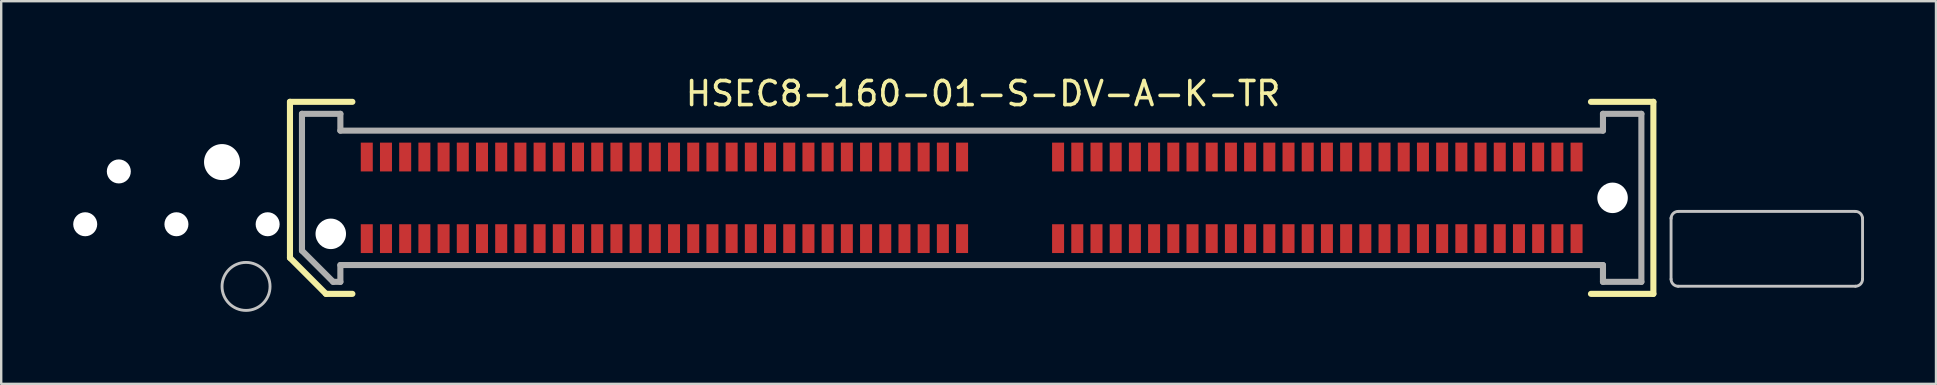
<source format=kicad_pcb>
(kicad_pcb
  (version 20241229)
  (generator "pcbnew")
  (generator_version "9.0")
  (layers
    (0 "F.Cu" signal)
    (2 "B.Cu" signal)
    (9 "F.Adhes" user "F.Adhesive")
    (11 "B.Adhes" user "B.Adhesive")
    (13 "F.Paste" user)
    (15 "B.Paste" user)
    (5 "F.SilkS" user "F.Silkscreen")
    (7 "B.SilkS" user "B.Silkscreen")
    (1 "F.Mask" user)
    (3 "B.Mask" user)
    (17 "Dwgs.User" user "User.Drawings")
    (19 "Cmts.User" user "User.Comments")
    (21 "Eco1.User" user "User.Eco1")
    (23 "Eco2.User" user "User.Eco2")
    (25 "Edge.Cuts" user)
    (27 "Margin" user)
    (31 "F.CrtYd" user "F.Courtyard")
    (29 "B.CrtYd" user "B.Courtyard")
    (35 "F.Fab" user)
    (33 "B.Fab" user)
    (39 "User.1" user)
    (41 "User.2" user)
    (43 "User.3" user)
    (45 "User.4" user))
  (footprint "HSEC8-160-01-S-DV-A-K-TR"
    (layer "F.Cu")
    (at 37.43 5.192)
    (property "Reference" "HSEC8-160-01-S-DV-A-K-TR" (at 0.476 -4.342 0) (layer "F.SilkS") (effects (font (size 1.002 1.002) (thickness 0.15))))
    (attr through_hole)
    (fp_line (start -28.4 -4) (end -25.8 -4) (stroke (width 0.254) (type solid)) (layer "F.SilkS"))
    (fp_line (start -28.4 2.5) (end -28.4 -4) (stroke (width 0.254) (type solid)) (layer "F.SilkS"))
    (fp_line (start -26.9 4) (end -28.4 2.5) (stroke (width 0.254) (type solid)) (layer "F.SilkS"))
    (fp_line (start -25.8 4) (end -26.9 4) (stroke (width 0.254) (type solid)) (layer "F.SilkS"))
    (fp_line (start 25.8 -4) (end 28.4 -4) (stroke (width 0.254) (type solid)) (layer "F.SilkS"))
    (fp_line (start 28.4 -4) (end 28.4 4) (stroke (width 0.254) (type solid)) (layer "F.SilkS"))
    (fp_line (start 28.4 4) (end 25.8 4) (stroke (width 0.254) (type solid)) (layer "F.SilkS"))
    (fp_line (start 29.137 3.387) (end 29.137 0.833) (stroke (width 0.12) (type solid)) (layer "Dwgs.User"))
    (fp_line (start 29.435 0.565) (end 36.815 0.565) (stroke (width 0.12) (type solid)) (layer "Dwgs.User"))
    (fp_line (start 36.817 3.683) (end 29.433 3.683) (stroke (width 0.12) (type solid)) (layer "Dwgs.User"))
    (fp_line (start 37.114 3.386) (end 37.114 0.832) (stroke (width 0.12) (type solid)) (layer "Dwgs.User"))
    (fp_arc (start 29.138001 0.861999) (mid 29.224991 0.651989) (end 29.435001 0.565001) (stroke (width 0.12) (type solid)) (layer "Dwgs.User"))
    (fp_arc (start 29.433998 3.684) (mid 29.223988 3.59701) (end 29.137 3.387) (stroke (width 0.12) (type solid)) (layer "Dwgs.User"))
    (fp_arc (start 36.815 0.565) (mid 37.02501 0.65199) (end 37.111998 0.862) (stroke (width 0.12) (type solid)) (layer "Dwgs.User"))
    (fp_arc (start 37.114 3.386002) (mid 37.02701 3.596012) (end 36.817 3.683) (stroke (width 0.12) (type solid)) (layer "Dwgs.User"))
    (fp_circle (center -30.23 3.69) (end -29.23 3.69) (stroke (width 0.12) (type solid)) (fill no) (layer "Dwgs.User"))
    (fp_line (start -27.9 -3.5) (end -26.3 -3.5) (stroke (width 0.254) (type solid)) (layer "F.Fab"))
    (fp_line (start -27.9 2.2) (end -27.9 -3.5) (stroke (width 0.254) (type solid)) (layer "F.Fab"))
    (fp_line (start -26.6 3.5) (end -27.9 2.2) (stroke (width 0.254) (type solid)) (layer "F.Fab"))
    (fp_line (start -26.3 -3.5) (end -26.3 -2.8) (stroke (width 0.254) (type solid)) (layer "F.Fab"))
    (fp_line (start -26.3 -2.8) (end 26.3 -2.8) (stroke (width 0.254) (type solid)) (layer "F.Fab"))
    (fp_line (start -26.3 2.8) (end -26.3 3.5) (stroke (width 0.254) (type solid)) (layer "F.Fab"))
    (fp_line (start -26.3 3.5) (end -26.6 3.5) (stroke (width 0.254) (type solid)) (layer "F.Fab"))
    (fp_line (start 26.3 -3.5) (end 27.9 -3.5) (stroke (width 0.254) (type solid)) (layer "F.Fab"))
    (fp_line (start 26.3 -2.8) (end 26.3 -3.5) (stroke (width 0.254) (type solid)) (layer "F.Fab"))
    (fp_line (start 26.3 2.8) (end -26.3 2.8) (stroke (width 0.254) (type solid)) (layer "F.Fab"))
    (fp_line (start 26.3 3.5) (end 26.3 2.8) (stroke (width 0.254) (type solid)) (layer "F.Fab"))
    (fp_line (start 27.9 -3.5) (end 27.9 3.5) (stroke (width 0.254) (type solid)) (layer "F.Fab"))
    (fp_line (start 27.9 3.5) (end 26.3 3.5) (stroke (width 0.254) (type solid)) (layer "F.Fab"))
    (pad "" np_thru_hole circle (at -36.93 1.1) (size 1 1) (drill 1) (layers "*.Cu" "*.Mask"))
    (pad "" np_thru_hole circle (at -35.53 -1.1) (size 1 1) (drill 1) (layers "*.Cu" "*.Mask"))
    (pad "" np_thru_hole circle (at -33.13 1.1) (size 1 1) (drill 1) (layers "*.Cu" "*.Mask"))
    (pad "" np_thru_hole circle (at -31.23 -1.49) (size 1.5 1.5) (drill 1.5) (layers "*.Cu" "*.Mask"))
    (pad "" np_thru_hole circle (at -29.33 1.1) (size 1 1) (drill 1) (layers "*.Cu" "*.Mask"))
    (pad "" np_thru_hole circle (at -26.7 1.5) (size 1.27 1.27) (drill 1.27) (layers "*.Cu" "*.Mask"))
    (pad "" np_thru_hole circle (at 26.7 0) (size 1.27 1.27) (drill 1.27) (layers "*.Cu" "*.Mask"))
    (pad "1" smd rect (at -25.2 1.7) (size 0.5 1.2) (layers "F.Cu" "F.Mask" "F.Paste"))
    (pad "2" smd rect (at -25.2 -1.7) (size 0.5 1.2) (layers "F.Cu" "F.Mask" "F.Paste"))
    (pad "3" smd rect (at -24.4 1.7) (size 0.5 1.2) (layers "F.Cu" "F.Mask" "F.Paste"))
    (pad "4" smd rect (at -24.4 -1.7) (size 0.5 1.2) (layers "F.Cu" "F.Mask" "F.Paste"))
    (pad "5" smd rect (at -23.6 1.7) (size 0.5 1.2) (layers "F.Cu" "F.Mask" "F.Paste"))
    (pad "6" smd rect (at -23.6 -1.7) (size 0.5 1.2) (layers "F.Cu" "F.Mask" "F.Paste"))
    (pad "7" smd rect (at -22.8 1.7) (size 0.5 1.2) (layers "F.Cu" "F.Mask" "F.Paste"))
    (pad "8" smd rect (at -22.8 -1.7) (size 0.5 1.2) (layers "F.Cu" "F.Mask" "F.Paste"))
    (pad "9" smd rect (at -22 1.7) (size 0.5 1.2) (layers "F.Cu" "F.Mask" "F.Paste"))
    (pad "10" smd rect (at -22 -1.7) (size 0.5 1.2) (layers "F.Cu" "F.Mask" "F.Paste"))
    (pad "11" smd rect (at -21.2 1.7) (size 0.5 1.2) (layers "F.Cu" "F.Mask" "F.Paste"))
    (pad "12" smd rect (at -21.2 -1.7) (size 0.5 1.2) (layers "F.Cu" "F.Mask" "F.Paste"))
    (pad "13" smd rect (at -20.4 1.7) (size 0.5 1.2) (layers "F.Cu" "F.Mask" "F.Paste"))
    (pad "14" smd rect (at -20.4 -1.7) (size 0.5 1.2) (layers "F.Cu" "F.Mask" "F.Paste"))
    (pad "15" smd rect (at -19.6 1.7) (size 0.5 1.2) (layers "F.Cu" "F.Mask" "F.Paste"))
    (pad "16" smd rect (at -19.6 -1.7) (size 0.5 1.2) (layers "F.Cu" "F.Mask" "F.Paste"))
    (pad "17" smd rect (at -18.8 1.7) (size 0.5 1.2) (layers "F.Cu" "F.Mask" "F.Paste"))
    (pad "18" smd rect (at -18.8 -1.7) (size 0.5 1.2) (layers "F.Cu" "F.Mask" "F.Paste"))
    (pad "19" smd rect (at -18 1.7) (size 0.5 1.2) (layers "F.Cu" "F.Mask" "F.Paste"))
    (pad "20" smd rect (at -18 -1.7) (size 0.5 1.2) (layers "F.Cu" "F.Mask" "F.Paste"))
    (pad "21" smd rect (at -17.2 1.7) (size 0.5 1.2) (layers "F.Cu" "F.Mask" "F.Paste"))
    (pad "22" smd rect (at -17.2 -1.7) (size 0.5 1.2) (layers "F.Cu" "F.Mask" "F.Paste"))
    (pad "23" smd rect (at -16.4 1.7) (size 0.5 1.2) (layers "F.Cu" "F.Mask" "F.Paste"))
    (pad "24" smd rect (at -16.4 -1.7) (size 0.5 1.2) (layers "F.Cu" "F.Mask" "F.Paste"))
    (pad "25" smd rect (at -15.6 1.7) (size 0.5 1.2) (layers "F.Cu" "F.Mask" "F.Paste"))
    (pad "26" smd rect (at -15.6 -1.7) (size 0.5 1.2) (layers "F.Cu" "F.Mask" "F.Paste"))
    (pad "27" smd rect (at -14.8 1.7) (size 0.5 1.2) (layers "F.Cu" "F.Mask" "F.Paste"))
    (pad "28" smd rect (at -14.8 -1.7) (size 0.5 1.2) (layers "F.Cu" "F.Mask" "F.Paste"))
    (pad "29" smd rect (at -14 1.7) (size 0.5 1.2) (layers "F.Cu" "F.Mask" "F.Paste"))
    (pad "30" smd rect (at -14 -1.7) (size 0.5 1.2) (layers "F.Cu" "F.Mask" "F.Paste"))
    (pad "31" smd rect (at -13.2 1.7) (size 0.5 1.2) (layers "F.Cu" "F.Mask" "F.Paste"))
    (pad "32" smd rect (at -13.2 -1.7) (size 0.5 1.2) (layers "F.Cu" "F.Mask" "F.Paste"))
    (pad "33" smd rect (at -12.4 1.7) (size 0.5 1.2) (layers "F.Cu" "F.Mask" "F.Paste"))
    (pad "34" smd rect (at -12.4 -1.7) (size 0.5 1.2) (layers "F.Cu" "F.Mask" "F.Paste"))
    (pad "35" smd rect (at -11.6 1.7) (size 0.5 1.2) (layers "F.Cu" "F.Mask" "F.Paste"))
    (pad "36" smd rect (at -11.6 -1.7) (size 0.5 1.2) (layers "F.Cu" "F.Mask" "F.Paste"))
    (pad "37" smd rect (at -10.8 1.7) (size 0.5 1.2) (layers "F.Cu" "F.Mask" "F.Paste"))
    (pad "38" smd rect (at -10.8 -1.7) (size 0.5 1.2) (layers "F.Cu" "F.Mask" "F.Paste"))
    (pad "39" smd rect (at -10 1.7) (size 0.5 1.2) (layers "F.Cu" "F.Mask" "F.Paste"))
    (pad "40" smd rect (at -10 -1.7) (size 0.5 1.2) (layers "F.Cu" "F.Mask" "F.Paste"))
    (pad "41" smd rect (at -9.2 1.7) (size 0.5 1.2) (layers "F.Cu" "F.Mask" "F.Paste"))
    (pad "42" smd rect (at -9.2 -1.7) (size 0.5 1.2) (layers "F.Cu" "F.Mask" "F.Paste"))
    (pad "43" smd rect (at -8.4 1.7) (size 0.5 1.2) (layers "F.Cu" "F.Mask" "F.Paste"))
    (pad "44" smd rect (at -8.4 -1.7) (size 0.5 1.2) (layers "F.Cu" "F.Mask" "F.Paste"))
    (pad "45" smd rect (at -7.6 1.7) (size 0.5 1.2) (layers "F.Cu" "F.Mask" "F.Paste"))
    (pad "46" smd rect (at -7.6 -1.7) (size 0.5 1.2) (layers "F.Cu" "F.Mask" "F.Paste"))
    (pad "47" smd rect (at -6.8 1.7) (size 0.5 1.2) (layers "F.Cu" "F.Mask" "F.Paste"))
    (pad "48" smd rect (at -6.8 -1.7) (size 0.5 1.2) (layers "F.Cu" "F.Mask" "F.Paste"))
    (pad "49" smd rect (at -6 1.7) (size 0.5 1.2) (layers "F.Cu" "F.Mask" "F.Paste"))
    (pad "50" smd rect (at -6 -1.7) (size 0.5 1.2) (layers "F.Cu" "F.Mask" "F.Paste"))
    (pad "51" smd rect (at -5.2 1.7) (size 0.5 1.2) (layers "F.Cu" "F.Mask" "F.Paste"))
    (pad "52" smd rect (at -5.2 -1.7) (size 0.5 1.2) (layers "F.Cu" "F.Mask" "F.Paste"))
    (pad "53" smd rect (at -4.4 1.7) (size 0.5 1.2) (layers "F.Cu" "F.Mask" "F.Paste"))
    (pad "54" smd rect (at -4.4 -1.7) (size 0.5 1.2) (layers "F.Cu" "F.Mask" "F.Paste"))
    (pad "55" smd rect (at -3.6 1.7) (size 0.5 1.2) (layers "F.Cu" "F.Mask" "F.Paste"))
    (pad "56" smd rect (at -3.6 -1.7) (size 0.5 1.2) (layers "F.Cu" "F.Mask" "F.Paste"))
    (pad "57" smd rect (at -2.8 1.7) (size 0.5 1.2) (layers "F.Cu" "F.Mask" "F.Paste"))
    (pad "58" smd rect (at -2.8 -1.7) (size 0.5 1.2) (layers "F.Cu" "F.Mask" "F.Paste"))
    (pad "59" smd rect (at -2 1.7) (size 0.5 1.2) (layers "F.Cu" "F.Mask" "F.Paste"))
    (pad "60" smd rect (at -2 -1.7) (size 0.5 1.2) (layers "F.Cu" "F.Mask" "F.Paste"))
    (pad "61" smd rect (at -1.2 1.7) (size 0.5 1.2) (layers "F.Cu" "F.Mask" "F.Paste"))
    (pad "62" smd rect (at -1.2 -1.7) (size 0.5 1.2) (layers "F.Cu" "F.Mask" "F.Paste"))
    (pad "63" smd rect (at -0.4 1.7) (size 0.5 1.2) (layers "F.Cu" "F.Mask" "F.Paste"))
    (pad "64" smd rect (at -0.4 -1.7) (size 0.5 1.2) (layers "F.Cu" "F.Mask" "F.Paste"))
    (pad "65" smd rect (at 3.6 1.7) (size 0.5 1.2) (layers "F.Cu" "F.Mask" "F.Paste"))
    (pad "66" smd rect (at 3.6 -1.7) (size 0.5 1.2) (layers "F.Cu" "F.Mask" "F.Paste"))
    (pad "67" smd rect (at 4.4 1.7) (size 0.5 1.2) (layers "F.Cu" "F.Mask" "F.Paste"))
    (pad "68" smd rect (at 4.4 -1.7) (size 0.5 1.2) (layers "F.Cu" "F.Mask" "F.Paste"))
    (pad "69" smd rect (at 5.2 1.7) (size 0.5 1.2) (layers "F.Cu" "F.Mask" "F.Paste"))
    (pad "70" smd rect (at 5.2 -1.7) (size 0.5 1.2) (layers "F.Cu" "F.Mask" "F.Paste"))
    (pad "71" smd rect (at 6 1.7) (size 0.5 1.2) (layers "F.Cu" "F.Mask" "F.Paste"))
    (pad "72" smd rect (at 6 -1.7) (size 0.5 1.2) (layers "F.Cu" "F.Mask" "F.Paste"))
    (pad "73" smd rect (at 6.8 1.7) (size 0.5 1.2) (layers "F.Cu" "F.Mask" "F.Paste"))
    (pad "74" smd rect (at 6.8 -1.7) (size 0.5 1.2) (layers "F.Cu" "F.Mask" "F.Paste"))
    (pad "75" smd rect (at 7.6 1.7) (size 0.5 1.2) (layers "F.Cu" "F.Mask" "F.Paste"))
    (pad "76" smd rect (at 7.6 -1.7) (size 0.5 1.2) (layers "F.Cu" "F.Mask" "F.Paste"))
    (pad "77" smd rect (at 8.4 1.7) (size 0.5 1.2) (layers "F.Cu" "F.Mask" "F.Paste"))
    (pad "78" smd rect (at 8.4 -1.7) (size 0.5 1.2) (layers "F.Cu" "F.Mask" "F.Paste"))
    (pad "79" smd rect (at 9.2 1.7) (size 0.5 1.2) (layers "F.Cu" "F.Mask" "F.Paste"))
    (pad "80" smd rect (at 9.2 -1.7) (size 0.5 1.2) (layers "F.Cu" "F.Mask" "F.Paste"))
    (pad "81" smd rect (at 10 1.7) (size 0.5 1.2) (layers "F.Cu" "F.Mask" "F.Paste"))
    (pad "82" smd rect (at 10 -1.7) (size 0.5 1.2) (layers "F.Cu" "F.Mask" "F.Paste"))
    (pad "83" smd rect (at 10.8 1.7) (size 0.5 1.2) (layers "F.Cu" "F.Mask" "F.Paste"))
    (pad "84" smd rect (at 10.8 -1.7) (size 0.5 1.2) (layers "F.Cu" "F.Mask" "F.Paste"))
    (pad "85" smd rect (at 11.6 1.7) (size 0.5 1.2) (layers "F.Cu" "F.Mask" "F.Paste"))
    (pad "86" smd rect (at 11.6 -1.7) (size 0.5 1.2) (layers "F.Cu" "F.Mask" "F.Paste"))
    (pad "87" smd rect (at 12.4 1.7) (size 0.5 1.2) (layers "F.Cu" "F.Mask" "F.Paste"))
    (pad "88" smd rect (at 12.4 -1.7) (size 0.5 1.2) (layers "F.Cu" "F.Mask" "F.Paste"))
    (pad "89" smd rect (at 13.2 1.7) (size 0.5 1.2) (layers "F.Cu" "F.Mask" "F.Paste"))
    (pad "90" smd rect (at 13.2 -1.7) (size 0.5 1.2) (layers "F.Cu" "F.Mask" "F.Paste"))
    (pad "91" smd rect (at 14 1.7) (size 0.5 1.2) (layers "F.Cu" "F.Mask" "F.Paste"))
    (pad "92" smd rect (at 14 -1.7) (size 0.5 1.2) (layers "F.Cu" "F.Mask" "F.Paste"))
    (pad "93" smd rect (at 14.8 1.7) (size 0.5 1.2) (layers "F.Cu" "F.Mask" "F.Paste"))
    (pad "94" smd rect (at 14.8 -1.7) (size 0.5 1.2) (layers "F.Cu" "F.Mask" "F.Paste"))
    (pad "95" smd rect (at 15.6 1.7) (size 0.5 1.2) (layers "F.Cu" "F.Mask" "F.Paste"))
    (pad "96" smd rect (at 15.6 -1.7) (size 0.5 1.2) (layers "F.Cu" "F.Mask" "F.Paste"))
    (pad "97" smd rect (at 16.4 1.7) (size 0.5 1.2) (layers "F.Cu" "F.Mask" "F.Paste"))
    (pad "98" smd rect (at 16.4 -1.7) (size 0.5 1.2) (layers "F.Cu" "F.Mask" "F.Paste"))
    (pad "99" smd rect (at 17.2 1.7) (size 0.5 1.2) (layers "F.Cu" "F.Mask" "F.Paste"))
    (pad "100" smd rect (at 17.2 -1.7) (size 0.5 1.2) (layers "F.Cu" "F.Mask" "F.Paste"))
    (pad "101" smd rect (at 18 1.7) (size 0.5 1.2) (layers "F.Cu" "F.Mask" "F.Paste"))
    (pad "102" smd rect (at 18 -1.7) (size 0.5 1.2) (layers "F.Cu" "F.Mask" "F.Paste"))
    (pad "103" smd rect (at 18.8 1.7) (size 0.5 1.2) (layers "F.Cu" "F.Mask" "F.Paste"))
    (pad "104" smd rect (at 18.8 -1.7) (size 0.5 1.2) (layers "F.Cu" "F.Mask" "F.Paste"))
    (pad "105" smd rect (at 19.6 1.7) (size 0.5 1.2) (layers "F.Cu" "F.Mask" "F.Paste"))
    (pad "106" smd rect (at 19.6 -1.7) (size 0.5 1.2) (layers "F.Cu" "F.Mask" "F.Paste"))
    (pad "107" smd rect (at 20.4 1.7) (size 0.5 1.2) (layers "F.Cu" "F.Mask" "F.Paste"))
    (pad "108" smd rect (at 20.4 -1.7) (size 0.5 1.2) (layers "F.Cu" "F.Mask" "F.Paste"))
    (pad "109" smd rect (at 21.2 1.7) (size 0.5 1.2) (layers "F.Cu" "F.Mask" "F.Paste"))
    (pad "110" smd rect (at 21.2 -1.7) (size 0.5 1.2) (layers "F.Cu" "F.Mask" "F.Paste"))
    (pad "111" smd rect (at 22 1.7) (size 0.5 1.2) (layers "F.Cu" "F.Mask" "F.Paste"))
    (pad "112" smd rect (at 22 -1.7) (size 0.5 1.2) (layers "F.Cu" "F.Mask" "F.Paste"))
    (pad "113" smd rect (at 22.8 1.7) (size 0.5 1.2) (layers "F.Cu" "F.Mask" "F.Paste"))
    (pad "114" smd rect (at 22.8 -1.7) (size 0.5 1.2) (layers "F.Cu" "F.Mask" "F.Paste"))
    (pad "115" smd rect (at 23.6 1.7) (size 0.5 1.2) (layers "F.Cu" "F.Mask" "F.Paste"))
    (pad "116" smd rect (at 23.6 -1.7) (size 0.5 1.2) (layers "F.Cu" "F.Mask" "F.Paste"))
    (pad "117" smd rect (at 24.4 1.7) (size 0.5 1.2) (layers "F.Cu" "F.Mask" "F.Paste"))
    (pad "118" smd rect (at 24.4 -1.7) (size 0.5 1.2) (layers "F.Cu" "F.Mask" "F.Paste"))
    (pad "119" smd rect (at 25.2 1.7) (size 0.5 1.2) (layers "F.Cu" "F.Mask" "F.Paste"))
    (pad "120" smd rect (at 25.2 -1.7) (size 0.5 1.2) (layers "F.Cu" "F.Mask" "F.Paste")))
  (gr_rect
    (start -3 -3)
    (end 77.604 12.942)
    (stroke (width 0.1) (type default))
    (fill no)
    (layer "Edge.Cuts")))
</source>
